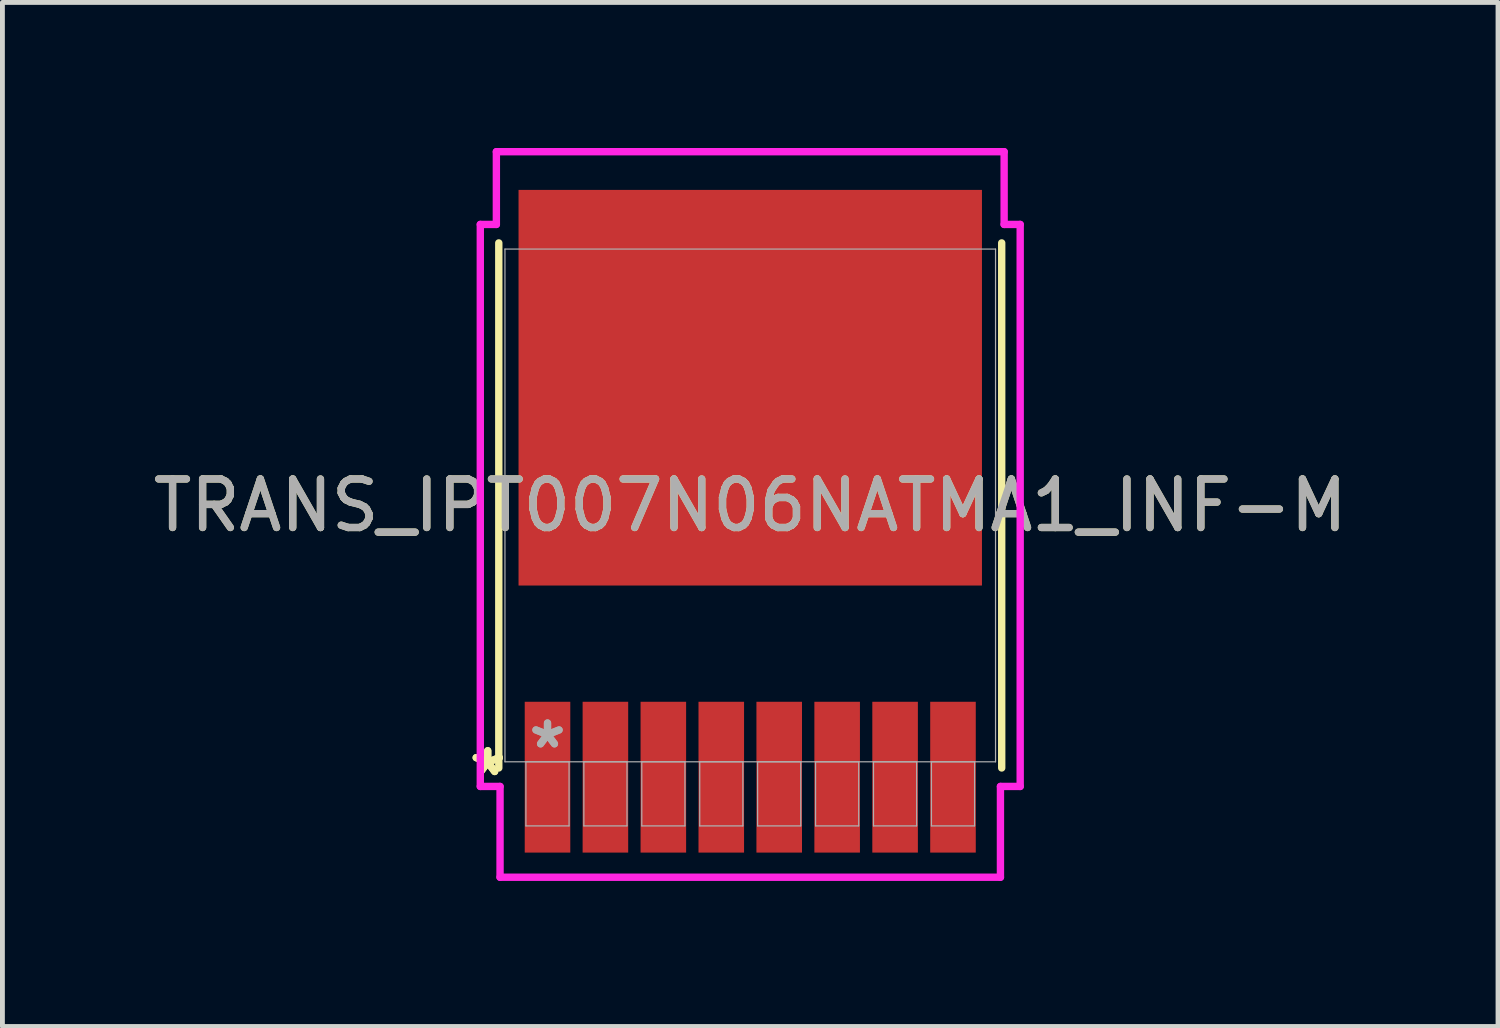
<source format=kicad_pcb>
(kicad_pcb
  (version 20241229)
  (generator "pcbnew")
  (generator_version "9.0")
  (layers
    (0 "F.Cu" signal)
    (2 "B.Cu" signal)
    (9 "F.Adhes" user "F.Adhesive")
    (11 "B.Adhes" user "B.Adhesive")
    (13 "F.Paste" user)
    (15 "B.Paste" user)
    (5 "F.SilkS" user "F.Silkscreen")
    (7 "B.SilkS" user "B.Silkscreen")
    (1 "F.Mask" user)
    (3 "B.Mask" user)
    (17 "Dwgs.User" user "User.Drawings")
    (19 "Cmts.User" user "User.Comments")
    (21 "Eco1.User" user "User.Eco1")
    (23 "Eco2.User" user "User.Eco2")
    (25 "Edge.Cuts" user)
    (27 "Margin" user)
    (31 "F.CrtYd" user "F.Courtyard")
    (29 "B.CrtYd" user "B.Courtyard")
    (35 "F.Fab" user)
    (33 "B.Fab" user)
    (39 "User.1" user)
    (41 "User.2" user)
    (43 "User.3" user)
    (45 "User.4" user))
  (footprint "TRANS_IPT007N06NATMA1_INF-M"
    (layer "F.Cu")
    (at 12.411 7.366)
    (property "Reference" "TRANS_IPT007N06NATMA1_INF-M" (at 0 0 0) (unlocked yes) (layer "F.SilkS") (effects (font (size 1 1) (thickness 0.15))))
    (attr smd)
    (fp_line (start -5.182 -5.41) (end -5.182 5.41) (stroke (width 0.152) (type solid)) (layer "F.SilkS"))
    (fp_line (start 5.182 5.41) (end 5.182 -5.41) (stroke (width 0.152) (type solid)) (layer "F.SilkS"))
    (fp_line (start -5.563 -5.791) (end -5.232 -5.791) (stroke (width 0.152) (type solid)) (layer "F.CrtYd"))
    (fp_line (start -5.563 5.791) (end -5.563 -5.791) (stroke (width 0.152) (type solid)) (layer "F.CrtYd"))
    (fp_line (start -5.232 -7.29) (end 5.232 -7.29) (stroke (width 0.152) (type solid)) (layer "F.CrtYd"))
    (fp_line (start -5.232 -5.791) (end -5.232 -7.29) (stroke (width 0.152) (type solid)) (layer "F.CrtYd"))
    (fp_line (start -5.156 5.791) (end -5.563 5.791) (stroke (width 0.152) (type solid)) (layer "F.CrtYd"))
    (fp_line (start -5.156 7.662) (end -5.156 5.791) (stroke (width 0.152) (type solid)) (layer "F.CrtYd"))
    (fp_line (start 5.156 5.791) (end 5.156 7.662) (stroke (width 0.152) (type solid)) (layer "F.CrtYd"))
    (fp_line (start 5.156 7.662) (end -5.156 7.662) (stroke (width 0.152) (type solid)) (layer "F.CrtYd"))
    (fp_line (start 5.232 -7.29) (end 5.232 -5.791) (stroke (width 0.152) (type solid)) (layer "F.CrtYd"))
    (fp_line (start 5.232 -5.791) (end 5.563 -5.791) (stroke (width 0.152) (type solid)) (layer "F.CrtYd"))
    (fp_line (start 5.563 -5.791) (end 5.563 5.791) (stroke (width 0.152) (type solid)) (layer "F.CrtYd"))
    (fp_line (start 5.563 5.791) (end 5.156 5.791) (stroke (width 0.152) (type solid)) (layer "F.CrtYd"))
    (fp_line (start -5.055 -5.283) (end -5.055 5.283) (stroke (width 0.025) (type solid)) (layer "F.Fab"))
    (fp_line (start -5.055 5.283) (end 5.055 5.283) (stroke (width 0.025) (type solid)) (layer "F.Fab"))
    (fp_line (start -4.623 5.283) (end -4.623 6.604) (stroke (width 0.025) (type solid)) (layer "F.Fab"))
    (fp_line (start -4.623 6.604) (end -3.734 6.604) (stroke (width 0.025) (type solid)) (layer "F.Fab"))
    (fp_line (start -3.734 5.283) (end -4.623 5.283) (stroke (width 0.025) (type solid)) (layer "F.Fab"))
    (fp_line (start -3.734 6.604) (end -3.734 5.283) (stroke (width 0.025) (type solid)) (layer "F.Fab"))
    (fp_line (start -3.429 5.283) (end -3.429 6.604) (stroke (width 0.025) (type solid)) (layer "F.Fab"))
    (fp_line (start -3.429 6.604) (end -2.54 6.604) (stroke (width 0.025) (type solid)) (layer "F.Fab"))
    (fp_line (start -2.54 5.283) (end -3.429 5.283) (stroke (width 0.025) (type solid)) (layer "F.Fab"))
    (fp_line (start -2.54 6.604) (end -2.54 5.283) (stroke (width 0.025) (type solid)) (layer "F.Fab"))
    (fp_line (start -2.235 5.283) (end -2.235 6.604) (stroke (width 0.025) (type solid)) (layer "F.Fab"))
    (fp_line (start -2.235 6.604) (end -1.346 6.604) (stroke (width 0.025) (type solid)) (layer "F.Fab"))
    (fp_line (start -1.346 5.283) (end -2.235 5.283) (stroke (width 0.025) (type solid)) (layer "F.Fab"))
    (fp_line (start -1.346 6.604) (end -1.346 5.283) (stroke (width 0.025) (type solid)) (layer "F.Fab"))
    (fp_line (start -1.041 5.283) (end -1.041 6.604) (stroke (width 0.025) (type solid)) (layer "F.Fab"))
    (fp_line (start -1.041 6.604) (end -0.152 6.604) (stroke (width 0.025) (type solid)) (layer "F.Fab"))
    (fp_line (start -0.152 5.283) (end -1.041 5.283) (stroke (width 0.025) (type solid)) (layer "F.Fab"))
    (fp_line (start -0.152 6.604) (end -0.152 5.283) (stroke (width 0.025) (type solid)) (layer "F.Fab"))
    (fp_line (start 0.152 5.283) (end 0.152 6.604) (stroke (width 0.025) (type solid)) (layer "F.Fab"))
    (fp_line (start 0.152 6.604) (end 1.041 6.604) (stroke (width 0.025) (type solid)) (layer "F.Fab"))
    (fp_line (start 1.041 5.283) (end 0.152 5.283) (stroke (width 0.025) (type solid)) (layer "F.Fab"))
    (fp_line (start 1.041 6.604) (end 1.041 5.283) (stroke (width 0.025) (type solid)) (layer "F.Fab"))
    (fp_line (start 1.346 5.283) (end 1.346 6.604) (stroke (width 0.025) (type solid)) (layer "F.Fab"))
    (fp_line (start 1.346 6.604) (end 2.235 6.604) (stroke (width 0.025) (type solid)) (layer "F.Fab"))
    (fp_line (start 2.235 5.283) (end 1.346 5.283) (stroke (width 0.025) (type solid)) (layer "F.Fab"))
    (fp_line (start 2.235 6.604) (end 2.235 5.283) (stroke (width 0.025) (type solid)) (layer "F.Fab"))
    (fp_line (start 2.54 5.283) (end 2.54 6.604) (stroke (width 0.025) (type solid)) (layer "F.Fab"))
    (fp_line (start 2.54 6.604) (end 3.429 6.604) (stroke (width 0.025) (type solid)) (layer "F.Fab"))
    (fp_line (start 3.429 5.283) (end 2.54 5.283) (stroke (width 0.025) (type solid)) (layer "F.Fab"))
    (fp_line (start 3.429 6.604) (end 3.429 5.283) (stroke (width 0.025) (type solid)) (layer "F.Fab"))
    (fp_line (start 3.734 5.283) (end 3.734 6.604) (stroke (width 0.025) (type solid)) (layer "F.Fab"))
    (fp_line (start 3.734 6.604) (end 4.623 6.604) (stroke (width 0.025) (type solid)) (layer "F.Fab"))
    (fp_line (start 4.623 5.283) (end 3.734 5.283) (stroke (width 0.025) (type solid)) (layer "F.Fab"))
    (fp_line (start 4.623 6.604) (end 4.623 5.283) (stroke (width 0.025) (type solid)) (layer "F.Fab"))
    (fp_line (start 5.055 -5.283) (end -5.055 -5.283) (stroke (width 0.025) (type solid)) (layer "F.Fab"))
    (fp_line (start 5.055 5.283) (end 5.055 -5.283) (stroke (width 0.025) (type solid)) (layer "F.Fab"))
    (fp_text user "*" (at -5.41 5.6 0) (layer "F.SilkS") (effects (font (size 1 1) (thickness 0.15))))
    (fp_text user "*" (at -5.41 5.6 0) (unlocked yes) (layer "F.SilkS") (effects (font (size 1 1) (thickness 0.15))))
    (fp_text user "${REFERENCE}" (at 0 0 0) (unlocked yes) (layer "F.Fab") (effects (font (size 1 1) (thickness 0.15))))
    (fp_text user "*" (at -4.178 5.029 0) (unlocked yes) (layer "F.Fab") (effects (font (size 1 1) (thickness 0.15))))
    (fp_text user "*" (at -4.178 5.029 0) (layer "F.Fab") (effects (font (size 1 1) (thickness 0.15))))
    (pad "1" smd rect (at -4.178 5.6) (size 0.939 3.108) (layers "F.Cu" "F.Mask" "F.Paste"))
    (pad "2" smd rect (at -2.985 5.6) (size 0.939 3.108) (layers "F.Cu" "F.Mask" "F.Paste"))
    (pad "3" smd rect (at -1.791 5.6) (size 0.939 3.108) (layers "F.Cu" "F.Mask" "F.Paste"))
    (pad "4" smd rect (at -0.597 5.6) (size 0.939 3.108) (layers "F.Cu" "F.Mask" "F.Paste"))
    (pad "5" smd rect (at 0.597 5.6) (size 0.939 3.108) (layers "F.Cu" "F.Mask" "F.Paste"))
    (pad "6" smd rect (at 1.791 5.6) (size 0.939 3.108) (layers "F.Cu" "F.Mask" "F.Paste"))
    (pad "7" smd rect (at 2.985 5.6) (size 0.939 3.108) (layers "F.Cu" "F.Mask" "F.Paste"))
    (pad "8" smd rect (at 4.178 5.6) (size 0.939 3.108) (layers "F.Cu" "F.Mask" "F.Paste"))
    (pad "9" smd rect (at 0 -2.426) (size 9.55 8.153) (layers "F.Cu" "F.Mask" "F.Paste")))
  (gr_rect
    (start -3 -3)
    (end 27.821 18.104)
    (stroke (width 0.1) (type default))
    (fill no)
    (layer "Edge.Cuts")))
</source>
